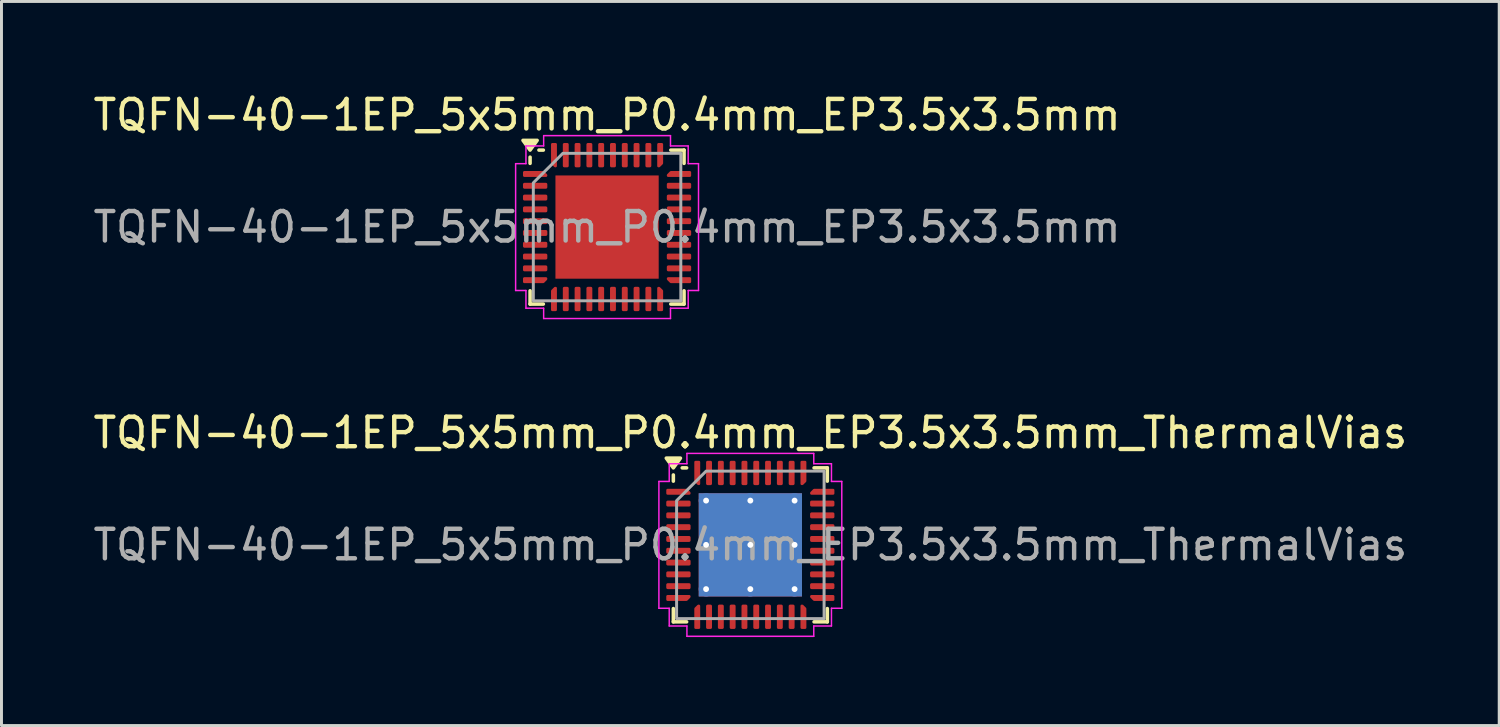
<source format=kicad_pcb>
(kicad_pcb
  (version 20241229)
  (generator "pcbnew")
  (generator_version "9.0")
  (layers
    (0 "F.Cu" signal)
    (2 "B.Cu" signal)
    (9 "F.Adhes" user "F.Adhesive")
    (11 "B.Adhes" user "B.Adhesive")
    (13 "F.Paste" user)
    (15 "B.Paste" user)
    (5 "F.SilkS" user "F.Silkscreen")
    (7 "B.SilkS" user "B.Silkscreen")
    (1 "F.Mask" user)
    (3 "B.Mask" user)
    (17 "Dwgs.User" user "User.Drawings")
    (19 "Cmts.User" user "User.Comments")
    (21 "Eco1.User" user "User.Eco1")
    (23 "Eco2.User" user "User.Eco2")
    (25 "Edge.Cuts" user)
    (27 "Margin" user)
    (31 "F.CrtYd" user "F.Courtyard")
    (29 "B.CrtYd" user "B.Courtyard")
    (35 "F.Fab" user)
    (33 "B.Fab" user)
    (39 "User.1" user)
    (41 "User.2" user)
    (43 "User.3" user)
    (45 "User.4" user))
  (footprint "TQFN-40-1EP_5x5mm_P0.4mm_EP3.5x3.5mm_ThermalVias"
    (layer "F.Cu")
    (at 22.387 15.421)
    (property "Reference" "TQFN-40-1EP_5x5mm_P0.4mm_EP3.5x3.5mm_ThermalVias" (at 0 -3.8 0) (layer "F.SilkS") (effects (font (size 1 1) (thickness 0.15))))
    (attr smd)
    (fp_line (start -2.61 -2.16) (end -2.61 -2.37) (stroke (width 0.12) (type solid)) (layer "F.SilkS"))
    (fp_line (start -2.61 2.61) (end -2.61 2.16) (stroke (width 0.12) (type solid)) (layer "F.SilkS"))
    (fp_line (start -2.16 -2.61) (end -2.31 -2.61) (stroke (width 0.12) (type solid)) (layer "F.SilkS"))
    (fp_line (start -2.16 2.61) (end -2.61 2.61) (stroke (width 0.12) (type solid)) (layer "F.SilkS"))
    (fp_line (start 2.16 -2.61) (end 2.61 -2.61) (stroke (width 0.12) (type solid)) (layer "F.SilkS"))
    (fp_line (start 2.16 2.61) (end 2.61 2.61) (stroke (width 0.12) (type solid)) (layer "F.SilkS"))
    (fp_line (start 2.61 -2.61) (end 2.61 -2.16) (stroke (width 0.12) (type solid)) (layer "F.SilkS"))
    (fp_line (start 2.61 2.61) (end 2.61 2.16) (stroke (width 0.12) (type solid)) (layer "F.SilkS"))
    (fp_poly (pts (xy -2.61 -2.61) (xy -2.85 -2.94) (xy -2.37 -2.94)) (stroke (width 0.12) (type solid)) (fill yes) (layer "F.SilkS"))
    (fp_line (start -3.1 -2.15) (end -2.75 -2.15) (stroke (width 0.05) (type solid)) (layer "F.CrtYd"))
    (fp_line (start -3.1 2.15) (end -3.1 -2.15) (stroke (width 0.05) (type solid)) (layer "F.CrtYd"))
    (fp_line (start -2.75 -2.75) (end -2.15 -2.75) (stroke (width 0.05) (type solid)) (layer "F.CrtYd"))
    (fp_line (start -2.75 -2.15) (end -2.75 -2.75) (stroke (width 0.05) (type solid)) (layer "F.CrtYd"))
    (fp_line (start -2.75 2.15) (end -3.1 2.15) (stroke (width 0.05) (type solid)) (layer "F.CrtYd"))
    (fp_line (start -2.75 2.75) (end -2.75 2.15) (stroke (width 0.05) (type solid)) (layer "F.CrtYd"))
    (fp_line (start -2.15 -3.1) (end 2.15 -3.1) (stroke (width 0.05) (type solid)) (layer "F.CrtYd"))
    (fp_line (start -2.15 -2.75) (end -2.15 -3.1) (stroke (width 0.05) (type solid)) (layer "F.CrtYd"))
    (fp_line (start -2.15 2.75) (end -2.75 2.75) (stroke (width 0.05) (type solid)) (layer "F.CrtYd"))
    (fp_line (start -2.15 3.1) (end -2.15 2.75) (stroke (width 0.05) (type solid)) (layer "F.CrtYd"))
    (fp_line (start 2.15 -3.1) (end 2.15 -2.75) (stroke (width 0.05) (type solid)) (layer "F.CrtYd"))
    (fp_line (start 2.15 -2.75) (end 2.75 -2.75) (stroke (width 0.05) (type solid)) (layer "F.CrtYd"))
    (fp_line (start 2.15 2.75) (end 2.15 3.1) (stroke (width 0.05) (type solid)) (layer "F.CrtYd"))
    (fp_line (start 2.15 3.1) (end -2.15 3.1) (stroke (width 0.05) (type solid)) (layer "F.CrtYd"))
    (fp_line (start 2.75 -2.75) (end 2.75 -2.15) (stroke (width 0.05) (type solid)) (layer "F.CrtYd"))
    (fp_line (start 2.75 -2.15) (end 3.1 -2.15) (stroke (width 0.05) (type solid)) (layer "F.CrtYd"))
    (fp_line (start 2.75 2.15) (end 2.75 2.75) (stroke (width 0.05) (type solid)) (layer "F.CrtYd"))
    (fp_line (start 2.75 2.75) (end 2.15 2.75) (stroke (width 0.05) (type solid)) (layer "F.CrtYd"))
    (fp_line (start 3.1 -2.15) (end 3.1 2.15) (stroke (width 0.05) (type solid)) (layer "F.CrtYd"))
    (fp_line (start 3.1 2.15) (end 2.75 2.15) (stroke (width 0.05) (type solid)) (layer "F.CrtYd"))
    (fp_poly (pts (xy -2.5 -1.5) (xy -2.5 2.5) (xy 2.5 2.5) (xy 2.5 -2.5) (xy -1.5 -2.5)) (stroke (width 0.1) (type solid)) (fill no) (layer "F.Fab"))
    (fp_text user "${REFERENCE}" (at 0 0 0) (layer "F.Fab") (effects (font (size 1 1) (thickness 0.15))))
    (pad "" smd roundrect (at -0.875 -0.875) (size 1.52 1.52) (layers "F.Paste") (roundrect_rratio 0.164))
    (pad "" smd roundrect (at -0.875 0.875) (size 1.52 1.52) (layers "F.Paste") (roundrect_rratio 0.164))
    (pad "" smd roundrect (at 0.875 -0.875) (size 1.52 1.52) (layers "F.Paste") (roundrect_rratio 0.164))
    (pad "" smd roundrect (at 0.875 0.875) (size 1.52 1.52) (layers "F.Paste") (roundrect_rratio 0.164))
    (pad "1" smd custom (at -2.438 -1.8) (size 0.115 0.115) (layers "F.Cu" "F.Mask" "F.Paste") (options (anchor circle)) (primitives (gr_poly (pts (xy -0.372 -0.06) (xy 0.276 -0.06) (xy 0.372 0.037) (xy 0.372 0.06) (xy -0.372 0.06)) (width 0.08) (fill yes))))
    (pad "2" smd roundrect (at -2.438 -1.4) (size 0.825 0.2) (layers "F.Cu" "F.Mask" "F.Paste") (roundrect_rratio 0.25))
    (pad "3" smd roundrect (at -2.438 -1) (size 0.825 0.2) (layers "F.Cu" "F.Mask" "F.Paste") (roundrect_rratio 0.25))
    (pad "4" smd roundrect (at -2.438 -0.6) (size 0.825 0.2) (layers "F.Cu" "F.Mask" "F.Paste") (roundrect_rratio 0.25))
    (pad "5" smd roundrect (at -2.438 -0.2) (size 0.825 0.2) (layers "F.Cu" "F.Mask" "F.Paste") (roundrect_rratio 0.25))
    (pad "6" smd roundrect (at -2.438 0.2) (size 0.825 0.2) (layers "F.Cu" "F.Mask" "F.Paste") (roundrect_rratio 0.25))
    (pad "7" smd roundrect (at -2.438 0.6) (size 0.825 0.2) (layers "F.Cu" "F.Mask" "F.Paste") (roundrect_rratio 0.25))
    (pad "8" smd roundrect (at -2.438 1) (size 0.825 0.2) (layers "F.Cu" "F.Mask" "F.Paste") (roundrect_rratio 0.25))
    (pad "9" smd roundrect (at -2.438 1.4) (size 0.825 0.2) (layers "F.Cu" "F.Mask" "F.Paste") (roundrect_rratio 0.25))
    (pad "10" smd custom (at -2.438 1.8) (size 0.115 0.115) (layers "F.Cu" "F.Mask" "F.Paste") (options (anchor circle)) (primitives (gr_poly (pts (xy -0.372 -0.06) (xy 0.372 -0.06) (xy 0.372 -0.037) (xy 0.276 0.06) (xy -0.372 0.06)) (width 0.08) (fill yes))))
    (pad "11" smd custom (at -1.8 2.438) (size 0.115 0.115) (layers "F.Cu" "F.Mask" "F.Paste") (options (anchor circle)) (primitives (gr_poly (pts (xy -0.06 -0.276) (xy 0.037 -0.372) (xy 0.06 -0.372) (xy 0.06 0.372) (xy -0.06 0.372)) (width 0.08) (fill yes))))
    (pad "12" smd roundrect (at -1.4 2.438) (size 0.2 0.825) (layers "F.Cu" "F.Mask" "F.Paste") (roundrect_rratio 0.25))
    (pad "13" smd roundrect (at -1 2.438) (size 0.2 0.825) (layers "F.Cu" "F.Mask" "F.Paste") (roundrect_rratio 0.25))
    (pad "14" smd roundrect (at -0.6 2.438) (size 0.2 0.825) (layers "F.Cu" "F.Mask" "F.Paste") (roundrect_rratio 0.25))
    (pad "15" smd roundrect (at -0.2 2.438) (size 0.2 0.825) (layers "F.Cu" "F.Mask" "F.Paste") (roundrect_rratio 0.25))
    (pad "16" smd roundrect (at 0.2 2.438) (size 0.2 0.825) (layers "F.Cu" "F.Mask" "F.Paste") (roundrect_rratio 0.25))
    (pad "17" smd roundrect (at 0.6 2.438) (size 0.2 0.825) (layers "F.Cu" "F.Mask" "F.Paste") (roundrect_rratio 0.25))
    (pad "18" smd roundrect (at 1 2.438) (size 0.2 0.825) (layers "F.Cu" "F.Mask" "F.Paste") (roundrect_rratio 0.25))
    (pad "19" smd roundrect (at 1.4 2.438) (size 0.2 0.825) (layers "F.Cu" "F.Mask" "F.Paste") (roundrect_rratio 0.25))
    (pad "20" smd custom (at 1.8 2.438) (size 0.115 0.115) (layers "F.Cu" "F.Mask" "F.Paste") (options (anchor circle)) (primitives (gr_poly (pts (xy -0.06 -0.372) (xy -0.037 -0.372) (xy 0.06 -0.276) (xy 0.06 0.372) (xy -0.06 0.372)) (width 0.08) (fill yes))))
    (pad "21" smd custom (at 2.438 1.8) (size 0.115 0.115) (layers "F.Cu" "F.Mask" "F.Paste") (options (anchor circle)) (primitives (gr_poly (pts (xy -0.372 -0.06) (xy 0.372 -0.06) (xy 0.372 0.06) (xy -0.276 0.06) (xy -0.372 -0.037)) (width 0.08) (fill yes))))
    (pad "22" smd roundrect (at 2.438 1.4) (size 0.825 0.2) (layers "F.Cu" "F.Mask" "F.Paste") (roundrect_rratio 0.25))
    (pad "23" smd roundrect (at 2.438 1) (size 0.825 0.2) (layers "F.Cu" "F.Mask" "F.Paste") (roundrect_rratio 0.25))
    (pad "24" smd roundrect (at 2.438 0.6) (size 0.825 0.2) (layers "F.Cu" "F.Mask" "F.Paste") (roundrect_rratio 0.25))
    (pad "25" smd roundrect (at 2.438 0.2) (size 0.825 0.2) (layers "F.Cu" "F.Mask" "F.Paste") (roundrect_rratio 0.25))
    (pad "26" smd roundrect (at 2.438 -0.2) (size 0.825 0.2) (layers "F.Cu" "F.Mask" "F.Paste") (roundrect_rratio 0.25))
    (pad "27" smd roundrect (at 2.438 -0.6) (size 0.825 0.2) (layers "F.Cu" "F.Mask" "F.Paste") (roundrect_rratio 0.25))
    (pad "28" smd roundrect (at 2.438 -1) (size 0.825 0.2) (layers "F.Cu" "F.Mask" "F.Paste") (roundrect_rratio 0.25))
    (pad "29" smd roundrect (at 2.438 -1.4) (size 0.825 0.2) (layers "F.Cu" "F.Mask" "F.Paste") (roundrect_rratio 0.25))
    (pad "30" smd custom (at 2.438 -1.8) (size 0.115 0.115) (layers "F.Cu" "F.Mask" "F.Paste") (options (anchor circle)) (primitives (gr_poly (pts (xy -0.372 0.037) (xy -0.276 -0.06) (xy 0.372 -0.06) (xy 0.372 0.06) (xy -0.372 0.06)) (width 0.08) (fill yes))))
    (pad "31" smd custom (at 1.8 -2.438) (size 0.115 0.115) (layers "F.Cu" "F.Mask" "F.Paste") (options (anchor circle)) (primitives (gr_poly (pts (xy -0.06 -0.372) (xy 0.06 -0.372) (xy 0.06 0.276) (xy -0.037 0.372) (xy -0.06 0.372)) (width 0.08) (fill yes))))
    (pad "32" smd roundrect (at 1.4 -2.438) (size 0.2 0.825) (layers "F.Cu" "F.Mask" "F.Paste") (roundrect_rratio 0.25))
    (pad "33" smd roundrect (at 1 -2.438) (size 0.2 0.825) (layers "F.Cu" "F.Mask" "F.Paste") (roundrect_rratio 0.25))
    (pad "34" smd roundrect (at 0.6 -2.438) (size 0.2 0.825) (layers "F.Cu" "F.Mask" "F.Paste") (roundrect_rratio 0.25))
    (pad "35" smd roundrect (at 0.2 -2.438) (size 0.2 0.825) (layers "F.Cu" "F.Mask" "F.Paste") (roundrect_rratio 0.25))
    (pad "36" smd roundrect (at -0.2 -2.438) (size 0.2 0.825) (layers "F.Cu" "F.Mask" "F.Paste") (roundrect_rratio 0.25))
    (pad "37" smd roundrect (at -0.6 -2.438) (size 0.2 0.825) (layers "F.Cu" "F.Mask" "F.Paste") (roundrect_rratio 0.25))
    (pad "38" smd roundrect (at -1 -2.438) (size 0.2 0.825) (layers "F.Cu" "F.Mask" "F.Paste") (roundrect_rratio 0.25))
    (pad "39" smd roundrect (at -1.4 -2.438) (size 0.2 0.825) (layers "F.Cu" "F.Mask" "F.Paste") (roundrect_rratio 0.25))
    (pad "40" smd custom (at -1.8 -2.438) (size 0.115 0.115) (layers "F.Cu" "F.Mask" "F.Paste") (options (anchor circle)) (primitives (gr_poly (pts (xy -0.06 -0.372) (xy 0.06 -0.372) (xy 0.06 0.372) (xy 0.037 0.372) (xy -0.06 0.276)) (width 0.08) (fill yes))))
    (pad "41" thru_hole circle (at -1.5 -1.5) (size 0.5 0.5) (drill 0.2) (property pad_prop_heatsink) (layers "*.Cu"))
    (pad "41" thru_hole circle (at -1.5 0) (size 0.5 0.5) (drill 0.2) (property pad_prop_heatsink) (layers "*.Cu"))
    (pad "41" thru_hole circle (at -1.5 1.5) (size 0.5 0.5) (drill 0.2) (property pad_prop_heatsink) (layers "*.Cu"))
    (pad "41" thru_hole circle (at 0 -1.5) (size 0.5 0.5) (drill 0.2) (property pad_prop_heatsink) (layers "*.Cu"))
    (pad "41" thru_hole circle (at 0 0) (size 0.5 0.5) (drill 0.2) (property pad_prop_heatsink) (layers "*.Cu"))
    (pad "41" smd rect (at 0 0) (size 3.5 3.5) (property pad_prop_heatsink) (layers "F.Cu" "F.Mask"))
    (pad "41" smd rect (at 0 0) (size 3.5 3.5) (property pad_prop_heatsink) (layers "B.Cu"))
    (pad "41" thru_hole circle (at 0 1.5) (size 0.5 0.5) (drill 0.2) (property pad_prop_heatsink) (layers "*.Cu"))
    (pad "41" thru_hole circle (at 1.5 -1.5) (size 0.5 0.5) (drill 0.2) (property pad_prop_heatsink) (layers "*.Cu"))
    (pad "41" thru_hole circle (at 1.5 0) (size 0.5 0.5) (drill 0.2) (property pad_prop_heatsink) (layers "*.Cu"))
    (pad "41" thru_hole circle (at 1.5 1.5) (size 0.5 0.5) (drill 0.2) (property pad_prop_heatsink) (layers "*.Cu")))
  (footprint "TQFN-40-1EP_5x5mm_P0.4mm_EP3.5x3.5mm"
    (layer "F.Cu")
    (at 17.53 4.648)
    (property "Reference" "TQFN-40-1EP_5x5mm_P0.4mm_EP3.5x3.5mm" (at 0 -3.8 0) (layer "F.SilkS") (effects (font (size 1 1) (thickness 0.15))))
    (attr smd)
    (fp_line (start -2.61 -2.16) (end -2.61 -2.37) (stroke (width 0.12) (type solid)) (layer "F.SilkS"))
    (fp_line (start -2.61 2.61) (end -2.61 2.16) (stroke (width 0.12) (type solid)) (layer "F.SilkS"))
    (fp_line (start -2.16 -2.61) (end -2.31 -2.61) (stroke (width 0.12) (type solid)) (layer "F.SilkS"))
    (fp_line (start -2.16 2.61) (end -2.61 2.61) (stroke (width 0.12) (type solid)) (layer "F.SilkS"))
    (fp_line (start 2.16 -2.61) (end 2.61 -2.61) (stroke (width 0.12) (type solid)) (layer "F.SilkS"))
    (fp_line (start 2.16 2.61) (end 2.61 2.61) (stroke (width 0.12) (type solid)) (layer "F.SilkS"))
    (fp_line (start 2.61 -2.61) (end 2.61 -2.16) (stroke (width 0.12) (type solid)) (layer "F.SilkS"))
    (fp_line (start 2.61 2.61) (end 2.61 2.16) (stroke (width 0.12) (type solid)) (layer "F.SilkS"))
    (fp_poly (pts (xy -2.61 -2.61) (xy -2.85 -2.94) (xy -2.37 -2.94)) (stroke (width 0.12) (type solid)) (fill yes) (layer "F.SilkS"))
    (fp_line (start -3.1 -2.15) (end -2.75 -2.15) (stroke (width 0.05) (type solid)) (layer "F.CrtYd"))
    (fp_line (start -3.1 2.15) (end -3.1 -2.15) (stroke (width 0.05) (type solid)) (layer "F.CrtYd"))
    (fp_line (start -2.75 -2.75) (end -2.15 -2.75) (stroke (width 0.05) (type solid)) (layer "F.CrtYd"))
    (fp_line (start -2.75 -2.15) (end -2.75 -2.75) (stroke (width 0.05) (type solid)) (layer "F.CrtYd"))
    (fp_line (start -2.75 2.15) (end -3.1 2.15) (stroke (width 0.05) (type solid)) (layer "F.CrtYd"))
    (fp_line (start -2.75 2.75) (end -2.75 2.15) (stroke (width 0.05) (type solid)) (layer "F.CrtYd"))
    (fp_line (start -2.15 -3.1) (end 2.15 -3.1) (stroke (width 0.05) (type solid)) (layer "F.CrtYd"))
    (fp_line (start -2.15 -2.75) (end -2.15 -3.1) (stroke (width 0.05) (type solid)) (layer "F.CrtYd"))
    (fp_line (start -2.15 2.75) (end -2.75 2.75) (stroke (width 0.05) (type solid)) (layer "F.CrtYd"))
    (fp_line (start -2.15 3.1) (end -2.15 2.75) (stroke (width 0.05) (type solid)) (layer "F.CrtYd"))
    (fp_line (start 2.15 -3.1) (end 2.15 -2.75) (stroke (width 0.05) (type solid)) (layer "F.CrtYd"))
    (fp_line (start 2.15 -2.75) (end 2.75 -2.75) (stroke (width 0.05) (type solid)) (layer "F.CrtYd"))
    (fp_line (start 2.15 2.75) (end 2.15 3.1) (stroke (width 0.05) (type solid)) (layer "F.CrtYd"))
    (fp_line (start 2.15 3.1) (end -2.15 3.1) (stroke (width 0.05) (type solid)) (layer "F.CrtYd"))
    (fp_line (start 2.75 -2.75) (end 2.75 -2.15) (stroke (width 0.05) (type solid)) (layer "F.CrtYd"))
    (fp_line (start 2.75 -2.15) (end 3.1 -2.15) (stroke (width 0.05) (type solid)) (layer "F.CrtYd"))
    (fp_line (start 2.75 2.15) (end 2.75 2.75) (stroke (width 0.05) (type solid)) (layer "F.CrtYd"))
    (fp_line (start 2.75 2.75) (end 2.15 2.75) (stroke (width 0.05) (type solid)) (layer "F.CrtYd"))
    (fp_line (start 3.1 -2.15) (end 3.1 2.15) (stroke (width 0.05) (type solid)) (layer "F.CrtYd"))
    (fp_line (start 3.1 2.15) (end 2.75 2.15) (stroke (width 0.05) (type solid)) (layer "F.CrtYd"))
    (fp_poly (pts (xy -2.5 -1.5) (xy -2.5 2.5) (xy 2.5 2.5) (xy 2.5 -2.5) (xy -1.5 -2.5)) (stroke (width 0.1) (type solid)) (fill no) (layer "F.Fab"))
    (fp_text user "${REFERENCE}" (at 0 0 0) (layer "F.Fab") (effects (font (size 1 1) (thickness 0.15))))
    (pad "" smd roundrect (at -0.875 -0.875) (size 1.41 1.41) (layers "F.Paste") (roundrect_rratio 0.177))
    (pad "" smd roundrect (at -0.875 0.875) (size 1.41 1.41) (layers "F.Paste") (roundrect_rratio 0.177))
    (pad "" smd roundrect (at 0.875 -0.875) (size 1.41 1.41) (layers "F.Paste") (roundrect_rratio 0.177))
    (pad "" smd roundrect (at 0.875 0.875) (size 1.41 1.41) (layers "F.Paste") (roundrect_rratio 0.177))
    (pad "1" smd custom (at -2.438 -1.8) (size 0.115 0.115) (layers "F.Cu" "F.Mask" "F.Paste") (options (anchor circle)) (primitives (gr_poly (pts (xy -0.372 -0.06) (xy 0.276 -0.06) (xy 0.372 0.037) (xy 0.372 0.06) (xy -0.372 0.06)) (width 0.08) (fill yes))))
    (pad "2" smd roundrect (at -2.438 -1.4) (size 0.825 0.2) (layers "F.Cu" "F.Mask" "F.Paste") (roundrect_rratio 0.25))
    (pad "3" smd roundrect (at -2.438 -1) (size 0.825 0.2) (layers "F.Cu" "F.Mask" "F.Paste") (roundrect_rratio 0.25))
    (pad "4" smd roundrect (at -2.438 -0.6) (size 0.825 0.2) (layers "F.Cu" "F.Mask" "F.Paste") (roundrect_rratio 0.25))
    (pad "5" smd roundrect (at -2.438 -0.2) (size 0.825 0.2) (layers "F.Cu" "F.Mask" "F.Paste") (roundrect_rratio 0.25))
    (pad "6" smd roundrect (at -2.438 0.2) (size 0.825 0.2) (layers "F.Cu" "F.Mask" "F.Paste") (roundrect_rratio 0.25))
    (pad "7" smd roundrect (at -2.438 0.6) (size 0.825 0.2) (layers "F.Cu" "F.Mask" "F.Paste") (roundrect_rratio 0.25))
    (pad "8" smd roundrect (at -2.438 1) (size 0.825 0.2) (layers "F.Cu" "F.Mask" "F.Paste") (roundrect_rratio 0.25))
    (pad "9" smd roundrect (at -2.438 1.4) (size 0.825 0.2) (layers "F.Cu" "F.Mask" "F.Paste") (roundrect_rratio 0.25))
    (pad "10" smd custom (at -2.438 1.8) (size 0.115 0.115) (layers "F.Cu" "F.Mask" "F.Paste") (options (anchor circle)) (primitives (gr_poly (pts (xy -0.372 -0.06) (xy 0.372 -0.06) (xy 0.372 -0.037) (xy 0.276 0.06) (xy -0.372 0.06)) (width 0.08) (fill yes))))
    (pad "11" smd custom (at -1.8 2.438) (size 0.115 0.115) (layers "F.Cu" "F.Mask" "F.Paste") (options (anchor circle)) (primitives (gr_poly (pts (xy -0.06 -0.276) (xy 0.037 -0.372) (xy 0.06 -0.372) (xy 0.06 0.372) (xy -0.06 0.372)) (width 0.08) (fill yes))))
    (pad "12" smd roundrect (at -1.4 2.438) (size 0.2 0.825) (layers "F.Cu" "F.Mask" "F.Paste") (roundrect_rratio 0.25))
    (pad "13" smd roundrect (at -1 2.438) (size 0.2 0.825) (layers "F.Cu" "F.Mask" "F.Paste") (roundrect_rratio 0.25))
    (pad "14" smd roundrect (at -0.6 2.438) (size 0.2 0.825) (layers "F.Cu" "F.Mask" "F.Paste") (roundrect_rratio 0.25))
    (pad "15" smd roundrect (at -0.2 2.438) (size 0.2 0.825) (layers "F.Cu" "F.Mask" "F.Paste") (roundrect_rratio 0.25))
    (pad "16" smd roundrect (at 0.2 2.438) (size 0.2 0.825) (layers "F.Cu" "F.Mask" "F.Paste") (roundrect_rratio 0.25))
    (pad "17" smd roundrect (at 0.6 2.438) (size 0.2 0.825) (layers "F.Cu" "F.Mask" "F.Paste") (roundrect_rratio 0.25))
    (pad "18" smd roundrect (at 1 2.438) (size 0.2 0.825) (layers "F.Cu" "F.Mask" "F.Paste") (roundrect_rratio 0.25))
    (pad "19" smd roundrect (at 1.4 2.438) (size 0.2 0.825) (layers "F.Cu" "F.Mask" "F.Paste") (roundrect_rratio 0.25))
    (pad "20" smd custom (at 1.8 2.438) (size 0.115 0.115) (layers "F.Cu" "F.Mask" "F.Paste") (options (anchor circle)) (primitives (gr_poly (pts (xy -0.06 -0.372) (xy -0.037 -0.372) (xy 0.06 -0.276) (xy 0.06 0.372) (xy -0.06 0.372)) (width 0.08) (fill yes))))
    (pad "21" smd custom (at 2.438 1.8) (size 0.115 0.115) (layers "F.Cu" "F.Mask" "F.Paste") (options (anchor circle)) (primitives (gr_poly (pts (xy -0.372 -0.06) (xy 0.372 -0.06) (xy 0.372 0.06) (xy -0.276 0.06) (xy -0.372 -0.037)) (width 0.08) (fill yes))))
    (pad "22" smd roundrect (at 2.438 1.4) (size 0.825 0.2) (layers "F.Cu" "F.Mask" "F.Paste") (roundrect_rratio 0.25))
    (pad "23" smd roundrect (at 2.438 1) (size 0.825 0.2) (layers "F.Cu" "F.Mask" "F.Paste") (roundrect_rratio 0.25))
    (pad "24" smd roundrect (at 2.438 0.6) (size 0.825 0.2) (layers "F.Cu" "F.Mask" "F.Paste") (roundrect_rratio 0.25))
    (pad "25" smd roundrect (at 2.438 0.2) (size 0.825 0.2) (layers "F.Cu" "F.Mask" "F.Paste") (roundrect_rratio 0.25))
    (pad "26" smd roundrect (at 2.438 -0.2) (size 0.825 0.2) (layers "F.Cu" "F.Mask" "F.Paste") (roundrect_rratio 0.25))
    (pad "27" smd roundrect (at 2.438 -0.6) (size 0.825 0.2) (layers "F.Cu" "F.Mask" "F.Paste") (roundrect_rratio 0.25))
    (pad "28" smd roundrect (at 2.438 -1) (size 0.825 0.2) (layers "F.Cu" "F.Mask" "F.Paste") (roundrect_rratio 0.25))
    (pad "29" smd roundrect (at 2.438 -1.4) (size 0.825 0.2) (layers "F.Cu" "F.Mask" "F.Paste") (roundrect_rratio 0.25))
    (pad "30" smd custom (at 2.438 -1.8) (size 0.115 0.115) (layers "F.Cu" "F.Mask" "F.Paste") (options (anchor circle)) (primitives (gr_poly (pts (xy -0.372 0.037) (xy -0.276 -0.06) (xy 0.372 -0.06) (xy 0.372 0.06) (xy -0.372 0.06)) (width 0.08) (fill yes))))
    (pad "31" smd custom (at 1.8 -2.438) (size 0.115 0.115) (layers "F.Cu" "F.Mask" "F.Paste") (options (anchor circle)) (primitives (gr_poly (pts (xy -0.06 -0.372) (xy 0.06 -0.372) (xy 0.06 0.276) (xy -0.037 0.372) (xy -0.06 0.372)) (width 0.08) (fill yes))))
    (pad "32" smd roundrect (at 1.4 -2.438) (size 0.2 0.825) (layers "F.Cu" "F.Mask" "F.Paste") (roundrect_rratio 0.25))
    (pad "33" smd roundrect (at 1 -2.438) (size 0.2 0.825) (layers "F.Cu" "F.Mask" "F.Paste") (roundrect_rratio 0.25))
    (pad "34" smd roundrect (at 0.6 -2.438) (size 0.2 0.825) (layers "F.Cu" "F.Mask" "F.Paste") (roundrect_rratio 0.25))
    (pad "35" smd roundrect (at 0.2 -2.438) (size 0.2 0.825) (layers "F.Cu" "F.Mask" "F.Paste") (roundrect_rratio 0.25))
    (pad "36" smd roundrect (at -0.2 -2.438) (size 0.2 0.825) (layers "F.Cu" "F.Mask" "F.Paste") (roundrect_rratio 0.25))
    (pad "37" smd roundrect (at -0.6 -2.438) (size 0.2 0.825) (layers "F.Cu" "F.Mask" "F.Paste") (roundrect_rratio 0.25))
    (pad "38" smd roundrect (at -1 -2.438) (size 0.2 0.825) (layers "F.Cu" "F.Mask" "F.Paste") (roundrect_rratio 0.25))
    (pad "39" smd roundrect (at -1.4 -2.438) (size 0.2 0.825) (layers "F.Cu" "F.Mask" "F.Paste") (roundrect_rratio 0.25))
    (pad "40" smd custom (at -1.8 -2.438) (size 0.115 0.115) (layers "F.Cu" "F.Mask" "F.Paste") (options (anchor circle)) (primitives (gr_poly (pts (xy -0.06 -0.372) (xy 0.06 -0.372) (xy 0.06 0.372) (xy 0.037 0.372) (xy -0.06 0.276)) (width 0.08) (fill yes))))
    (pad "41" smd rect (at 0 0) (size 3.5 3.5) (property pad_prop_heatsink) (layers "F.Cu" "F.Mask")))
  (gr_rect
    (start -3 -3)
    (end 47.774 21.547)
    (stroke (width 0.1) (type default))
    (fill no)
    (layer "Edge.Cuts")))
</source>
